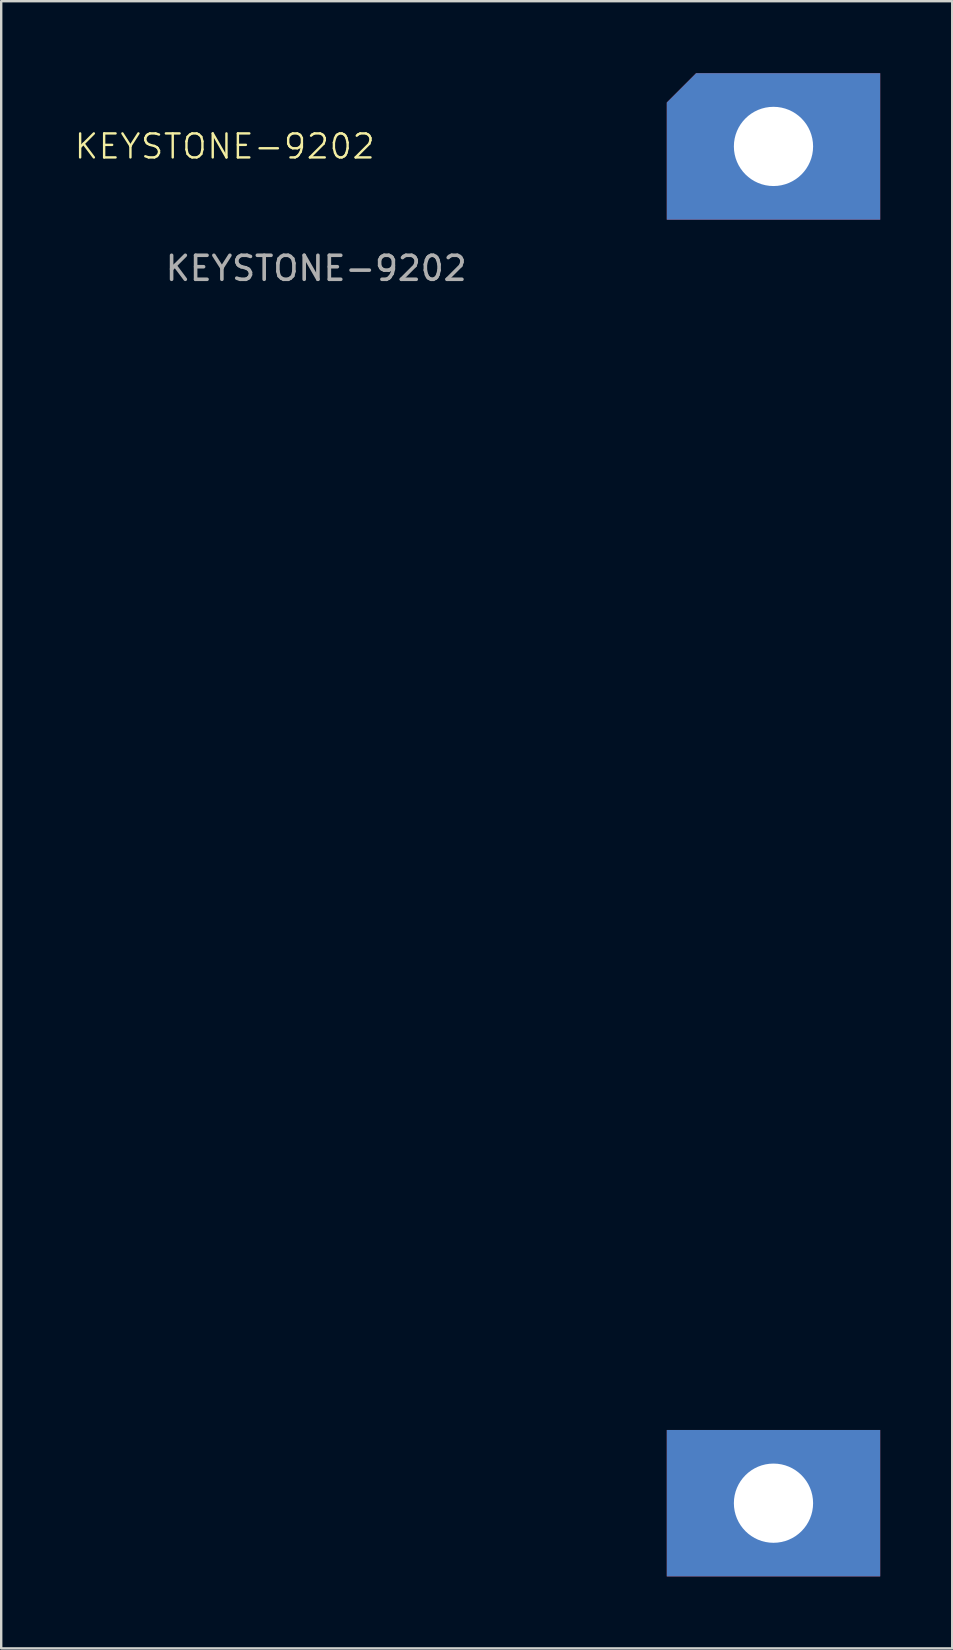
<source format=kicad_pcb>
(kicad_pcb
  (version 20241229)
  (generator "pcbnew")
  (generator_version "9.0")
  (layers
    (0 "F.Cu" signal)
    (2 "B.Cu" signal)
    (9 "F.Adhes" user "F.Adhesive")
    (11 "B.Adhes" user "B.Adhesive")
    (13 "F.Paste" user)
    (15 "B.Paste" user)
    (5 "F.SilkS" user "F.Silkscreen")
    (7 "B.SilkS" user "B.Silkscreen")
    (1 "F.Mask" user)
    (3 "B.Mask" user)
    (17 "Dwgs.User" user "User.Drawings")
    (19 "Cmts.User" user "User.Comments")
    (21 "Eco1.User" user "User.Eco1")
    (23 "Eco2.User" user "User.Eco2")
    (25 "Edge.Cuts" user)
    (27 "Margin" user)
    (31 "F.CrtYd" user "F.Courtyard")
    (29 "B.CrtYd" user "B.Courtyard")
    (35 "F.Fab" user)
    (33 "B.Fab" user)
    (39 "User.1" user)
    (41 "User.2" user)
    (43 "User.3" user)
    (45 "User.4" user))
  (footprint "KEYSTONE-9202"
    (layer "F.Cu")
    (at 29.172 3.05)
    (property "Reference" "KEYSTONE-9202" (at -22.86 0 0) (unlocked yes) (layer "F.SilkS") (effects (font (size 1 1) (thickness 0.1))))
    (fp_text user "${REFERENCE}" (at -19.05 5.08 0) (unlocked yes) (layer "F.Fab") (effects (font (size 1 1) (thickness 0.15))))
    (pad "" thru_hole roundrect (at 0 0) (size 8.89 6.1) (drill 3.3) (layers "*.Cu" "*.Mask") (roundrect_rratio 0) (chamfer_ratio 0.2) (chamfer top_left))
    (pad "" thru_hole rect (at 0 56.52) (size 8.89 6.1) (drill 3.3) (layers "*.Cu" "*.Mask")))
  (gr_rect
    (start -3 -3)
    (end 36.617 65.62)
    (stroke (width 0.1) (type default))
    (fill no)
    (layer "Edge.Cuts")))
</source>
